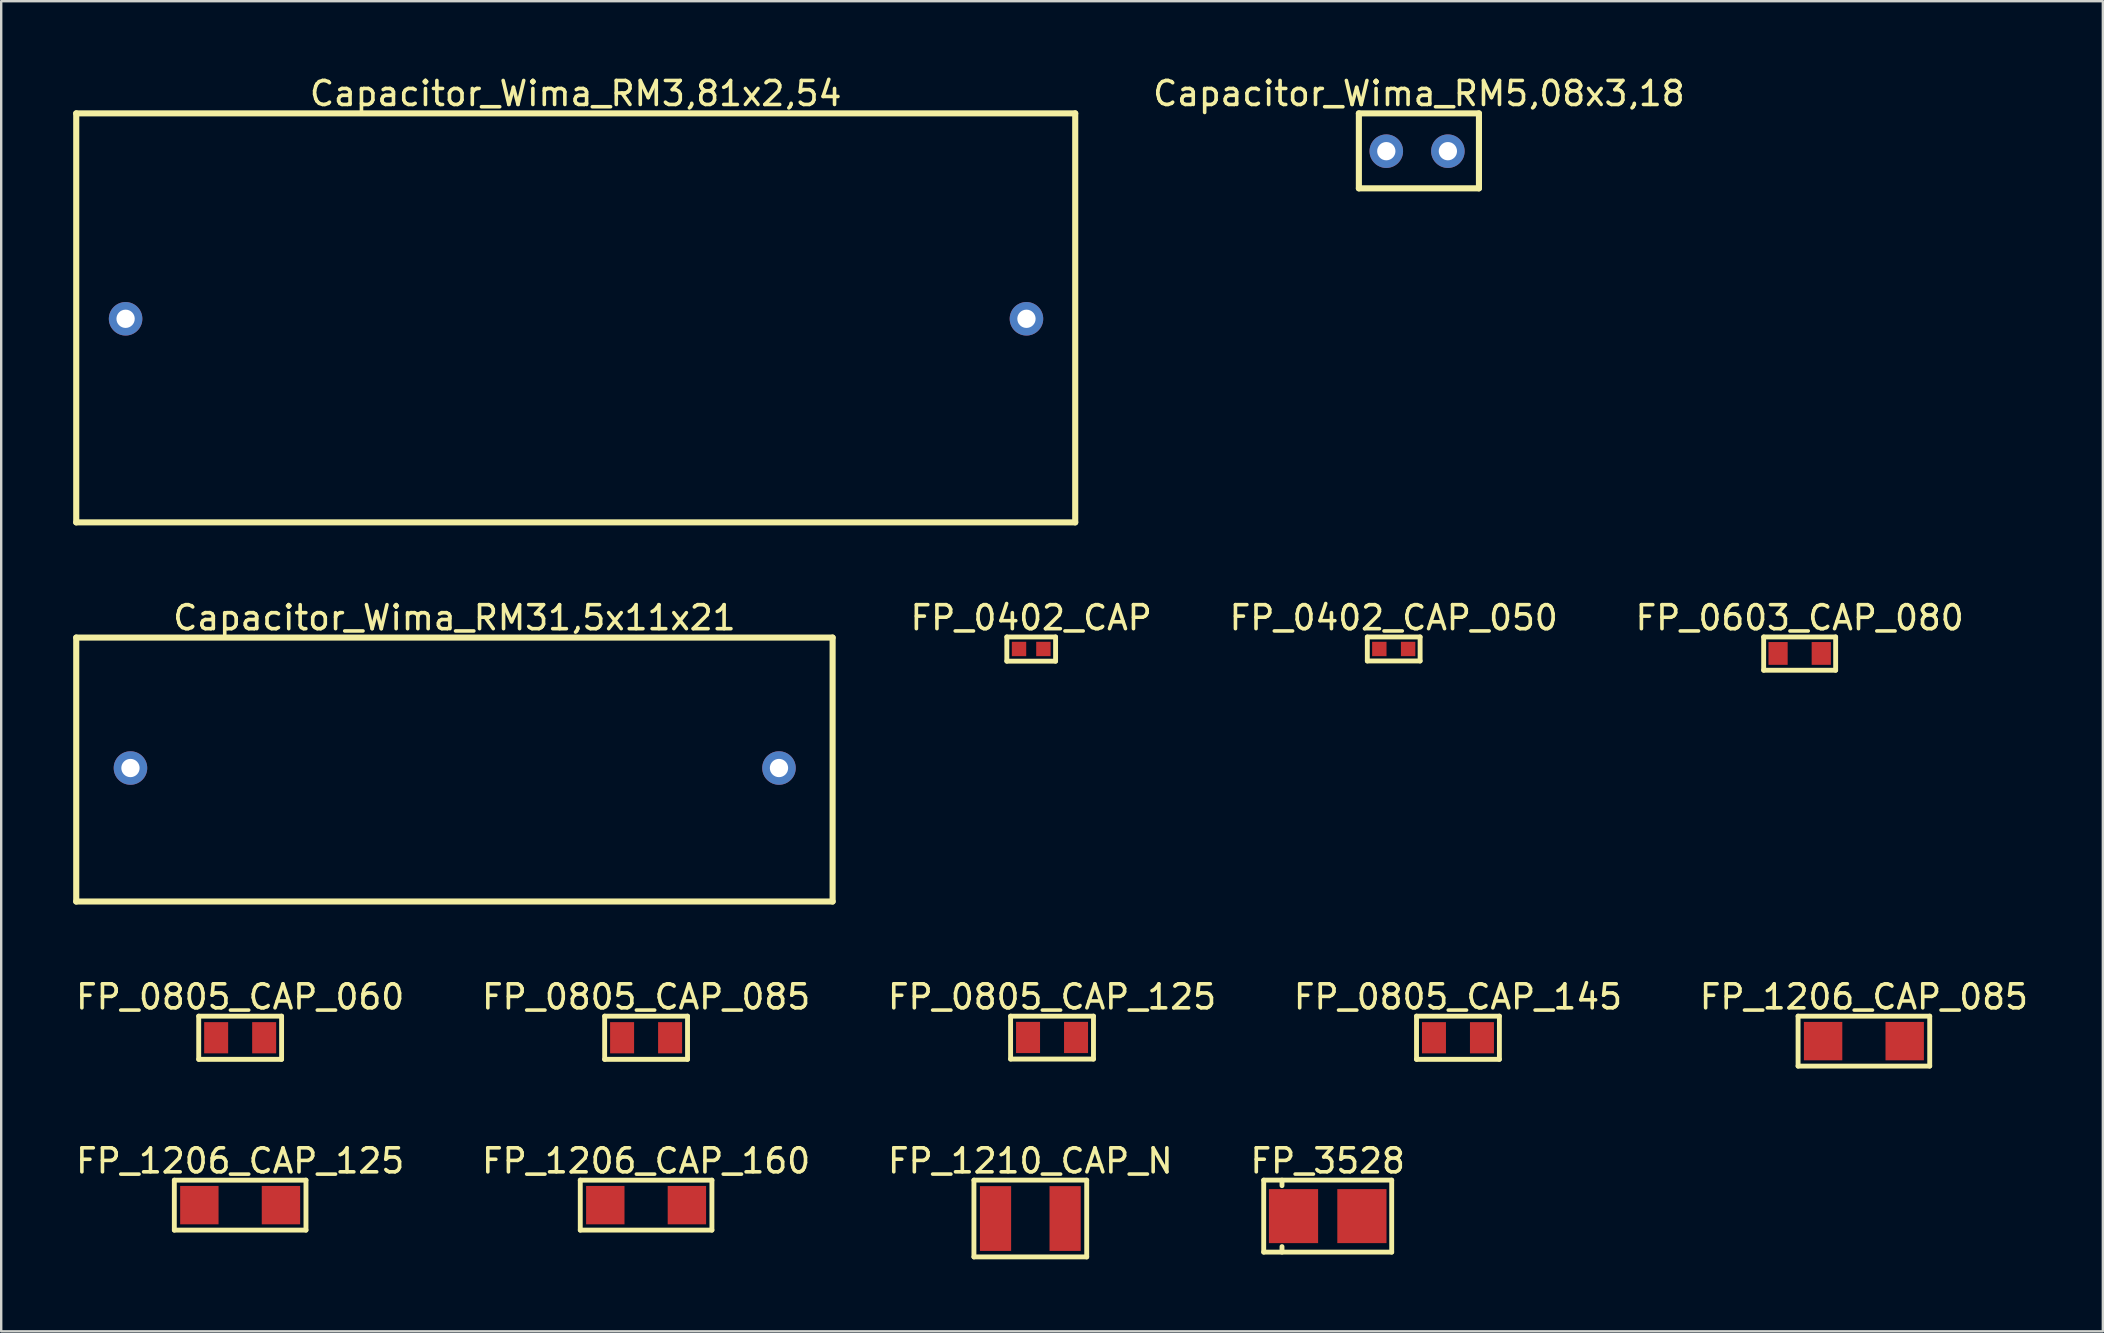
<source format=kicad_pcb>
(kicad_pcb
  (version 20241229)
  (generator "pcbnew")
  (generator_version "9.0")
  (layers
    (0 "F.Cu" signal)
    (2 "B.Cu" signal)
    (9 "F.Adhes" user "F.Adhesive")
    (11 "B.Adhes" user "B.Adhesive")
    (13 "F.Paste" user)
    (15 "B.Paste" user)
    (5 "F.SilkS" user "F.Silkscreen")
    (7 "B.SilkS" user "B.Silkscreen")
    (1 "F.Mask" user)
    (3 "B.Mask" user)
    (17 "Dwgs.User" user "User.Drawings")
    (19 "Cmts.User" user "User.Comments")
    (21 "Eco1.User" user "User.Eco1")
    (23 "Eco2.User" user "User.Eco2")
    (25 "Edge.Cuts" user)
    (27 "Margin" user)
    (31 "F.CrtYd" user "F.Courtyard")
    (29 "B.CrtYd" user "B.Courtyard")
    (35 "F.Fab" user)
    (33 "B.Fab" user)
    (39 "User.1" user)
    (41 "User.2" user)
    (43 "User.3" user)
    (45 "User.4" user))
  (footprint "FP_0805_CAP_145"
    (layer "F.Cu")
    (at 57.708 40.196)
    (property "Reference" "FP_0805_CAP_145" (at 0 -1.702 0) (layer "F.SilkS") (effects (font (size 1 1) (thickness 0.15))))
    (fp_line (start -1.727 -0.9) (end 1.727 -0.9) (stroke (width 0.203) (type solid)) (layer "F.SilkS"))
    (fp_line (start -1.727 0.9) (end -1.727 -0.9) (stroke (width 0.203) (type solid)) (layer "F.SilkS"))
    (fp_line (start -1.727 0.9) (end 1.727 0.9) (stroke (width 0.203) (type solid)) (layer "F.SilkS"))
    (fp_line (start 1.727 0.9) (end 1.727 -0.9) (stroke (width 0.203) (type solid)) (layer "F.SilkS"))
    (pad "1" smd rect (at -1 0) (size 1 1.3) (layers "F.Cu" "F.Mask" "F.Paste"))
    (pad "2" smd rect (at 1 0) (size 1 1.3) (layers "F.Cu" "F.Mask" "F.Paste")))
  (footprint "FP_0402_CAP_050"
    (layer "F.Cu")
    (at 55.031 23.995)
    (property "Reference" "FP_0402_CAP_050" (at 0 -1.302 0) (layer "F.SilkS") (effects (font (size 1 1) (thickness 0.15))))
    (fp_line (start -1.1 -0.5) (end 1.1 -0.5) (stroke (width 0.203) (type solid)) (layer "F.SilkS"))
    (fp_line (start -1.1 0.5) (end -1.1 -0.5) (stroke (width 0.203) (type solid)) (layer "F.SilkS"))
    (fp_line (start -1.1 0.5) (end 1.1 0.5) (stroke (width 0.203) (type solid)) (layer "F.SilkS"))
    (fp_line (start 1.1 0.5) (end 1.1 -0.5) (stroke (width 0.203) (type solid)) (layer "F.SilkS"))
    (pad "1" smd rect (at -0.6 0) (size 0.6 0.6) (layers "F.Cu" "F.Mask" "F.Paste"))
    (pad "2" smd rect (at 0.6 0) (size 0.6 0.6) (layers "F.Cu" "F.Mask" "F.Paste")))
  (footprint "Capacitor_Wima_RM31,5x11x21"
    (layer "F.Cu")
    (at 15.9 28.956)
    (property "Reference" "Capacitor_Wima_RM31,5x11x21" (at -0.013 -6.263 0) (layer "F.SilkS") (effects (font (size 1 1) (thickness 0.15))))
    (fp_line (start -15.773 -5.436) (end 15.748 -5.436) (stroke (width 0.254) (type solid)) (layer "F.SilkS"))
    (fp_line (start -15.773 5.563) (end -15.773 -5.436) (stroke (width 0.254) (type solid)) (layer "F.SilkS"))
    (fp_line (start -15.773 5.563) (end 15.748 5.563) (stroke (width 0.254) (type solid)) (layer "F.SilkS"))
    (fp_line (start 15.748 5.563) (end 15.748 -5.436) (stroke (width 0.254) (type solid)) (layer "F.SilkS"))
    (pad "1" thru_hole circle (at -13.513 0) (size 1.397 1.397) (drill 0.762) (layers "*.Cu" "*.Mask"))
    (pad "2" thru_hole circle (at 13.513 0) (size 1.397 1.397) (drill 0.762) (layers "*.Cu" "*.Mask")))
  (footprint "FP_1206_CAP_125"
    (layer "F.Cu")
    (at 6.958 47.172)
    (property "Reference" "FP_1206_CAP_125" (at 0 -1.843 0) (layer "F.SilkS") (effects (font (size 1 1) (thickness 0.15))))
    (fp_line (start -2.743 -1.041) (end 2.743 -1.041) (stroke (width 0.203) (type solid)) (layer "F.SilkS"))
    (fp_line (start -2.743 1.041) (end -2.743 -1.041) (stroke (width 0.203) (type solid)) (layer "F.SilkS"))
    (fp_line (start -2.743 1.041) (end 2.743 1.041) (stroke (width 0.203) (type solid)) (layer "F.SilkS"))
    (fp_line (start 2.743 1.041) (end 2.743 -1.041) (stroke (width 0.203) (type solid)) (layer "F.SilkS"))
    (pad "1" smd rect (at -1.7 0 90) (size 1.6 1.6) (layers "F.Cu" "F.Mask" "F.Paste"))
    (pad "2" smd rect (at 1.7 0 90) (size 1.6 1.6) (layers "F.Cu" "F.Mask" "F.Paste")))
  (footprint "FP_1206_CAP_160"
    (layer "F.Cu")
    (at 23.875 47.172)
    (property "Reference" "FP_1206_CAP_160" (at 0 -1.843 0) (layer "F.SilkS") (effects (font (size 1 1) (thickness 0.15))))
    (fp_line (start -2.743 -1.041) (end 2.743 -1.041) (stroke (width 0.203) (type solid)) (layer "F.SilkS"))
    (fp_line (start -2.743 1.041) (end -2.743 -1.041) (stroke (width 0.203) (type solid)) (layer "F.SilkS"))
    (fp_line (start -2.743 1.041) (end 2.743 1.041) (stroke (width 0.203) (type solid)) (layer "F.SilkS"))
    (fp_line (start 2.743 1.041) (end 2.743 -1.041) (stroke (width 0.203) (type solid)) (layer "F.SilkS"))
    (pad "1" smd rect (at -1.7 0 90) (size 1.6 1.6) (layers "F.Cu" "F.Mask" "F.Paste"))
    (pad "2" smd rect (at 1.7 0 90) (size 1.6 1.6) (layers "F.Cu" "F.Mask" "F.Paste")))
  (footprint "FP_0402_CAP"
    (layer "F.Cu")
    (at 39.924 23.995)
    (property "Reference" "FP_0402_CAP" (at 0 -1.302 0) (layer "F.SilkS") (effects (font (size 1 1) (thickness 0.15))))
    (fp_line (start -1.016 -0.5) (end 1.016 -0.5) (stroke (width 0.203) (type solid)) (layer "F.SilkS"))
    (fp_line (start -1.016 0.508) (end -1.016 -0.5) (stroke (width 0.203) (type solid)) (layer "F.SilkS"))
    (fp_line (start -1.016 0.508) (end 1.016 0.508) (stroke (width 0.203) (type solid)) (layer "F.SilkS"))
    (fp_line (start 1.016 0.508) (end 1.016 -0.5) (stroke (width 0.203) (type solid)) (layer "F.SilkS"))
    (pad "1" smd rect (at -0.508 0) (size 0.6 0.6) (layers "F.Cu" "F.Mask" "F.Paste"))
    (pad "2" smd rect (at 0.508 0) (size 0.6 0.6) (layers "F.Cu" "F.Mask" "F.Paste")))
  (footprint "FP_0805_CAP_085"
    (layer "F.Cu")
    (at 23.875 40.196)
    (property "Reference" "FP_0805_CAP_085" (at 0 -1.702 0) (layer "F.SilkS") (effects (font (size 1 1) (thickness 0.15))))
    (fp_line (start -1.727 -0.9) (end 1.727 -0.9) (stroke (width 0.203) (type solid)) (layer "F.SilkS"))
    (fp_line (start -1.727 0.9) (end -1.727 -0.9) (stroke (width 0.203) (type solid)) (layer "F.SilkS"))
    (fp_line (start -1.727 0.9) (end 1.727 0.9) (stroke (width 0.203) (type solid)) (layer "F.SilkS"))
    (fp_line (start 1.727 0.9) (end 1.727 -0.9) (stroke (width 0.203) (type solid)) (layer "F.SilkS"))
    (pad "1" smd rect (at -1 0) (size 1 1.3) (layers "F.Cu" "F.Mask" "F.Paste"))
    (pad "2" smd rect (at 1 0) (size 1 1.3) (layers "F.Cu" "F.Mask" "F.Paste")))
  (footprint "FP_0805_CAP_125"
    (layer "F.Cu")
    (at 40.792 40.185)
    (property "Reference" "FP_0805_CAP_125" (at 0 -1.691 0) (layer "F.SilkS") (effects (font (size 1 1) (thickness 0.15))))
    (fp_line (start -1.727 -0.889) (end 1.727 -0.889) (stroke (width 0.203) (type solid)) (layer "F.SilkS"))
    (fp_line (start -1.727 0.9) (end -1.727 -0.889) (stroke (width 0.203) (type solid)) (layer "F.SilkS"))
    (fp_line (start -1.727 0.9) (end 1.727 0.9) (stroke (width 0.203) (type solid)) (layer "F.SilkS"))
    (fp_line (start 1.727 0.9) (end 1.727 -0.889) (stroke (width 0.203) (type solid)) (layer "F.SilkS"))
    (pad "1" smd rect (at -1 0) (size 1 1.3) (layers "F.Cu" "F.Mask" "F.Paste"))
    (pad "2" smd rect (at 1 0) (size 1 1.3) (layers "F.Cu" "F.Mask" "F.Paste")))
  (footprint "FP_0603_CAP_080"
    (layer "F.Cu")
    (at 71.948 24.181)
    (property "Reference" "FP_0603_CAP_080" (at 0 -1.487 0) (layer "F.SilkS") (effects (font (size 1 1) (thickness 0.15))))
    (fp_line (start -1.5 -0.686) (end 1.5 -0.686) (stroke (width 0.203) (type solid)) (layer "F.SilkS"))
    (fp_line (start -1.5 0.7) (end -1.5 -0.686) (stroke (width 0.203) (type solid)) (layer "F.SilkS"))
    (fp_line (start -1.5 0.7) (end 1.5 0.7) (stroke (width 0.203) (type solid)) (layer "F.SilkS"))
    (fp_line (start 1.5 0.7) (end 1.5 -0.686) (stroke (width 0.203) (type solid)) (layer "F.SilkS"))
    (pad "1" smd rect (at -0.9 0) (size 0.8 0.95) (layers "F.Cu" "F.Mask" "F.Paste"))
    (pad "2" smd rect (at 0.9 0) (size 0.8 0.95) (layers "F.Cu" "F.Mask" "F.Paste")))
  (footprint "Capacitor_Wima_RM5,08x3,18"
    (layer "F.Cu")
    (at 56.005 3.25)
    (property "Reference" "Capacitor_Wima_RM5,08x3,18" (at 0.076 -2.402 0) (layer "F.SilkS") (effects (font (size 1 1) (thickness 0.15))))
    (fp_line (start -2.426 -1.575) (end 2.578 -1.575) (stroke (width 0.254) (type solid)) (layer "F.SilkS"))
    (fp_line (start -2.426 1.549) (end -2.426 -1.575) (stroke (width 0.254) (type solid)) (layer "F.SilkS"))
    (fp_line (start -2.426 1.549) (end 2.578 1.549) (stroke (width 0.254) (type solid)) (layer "F.SilkS"))
    (fp_line (start 2.578 1.549) (end 2.578 -1.575) (stroke (width 0.254) (type solid)) (layer "F.SilkS"))
    (pad "1" thru_hole circle (at -1.283 0) (size 1.397 1.397) (drill 0.762) (layers "*.Cu" "*.Mask"))
    (pad "2" thru_hole circle (at 1.283 0) (size 1.397 1.397) (drill 0.762) (layers "*.Cu" "*.Mask")))
  (footprint "FP_1206_CAP_085"
    (layer "F.Cu")
    (at 74.625 40.337)
    (property "Reference" "FP_1206_CAP_085" (at 0 -1.843 0) (layer "F.SilkS") (effects (font (size 1 1) (thickness 0.15))))
    (fp_line (start -2.743 -1.041) (end 2.743 -1.041) (stroke (width 0.203) (type solid)) (layer "F.SilkS"))
    (fp_line (start -2.743 1.041) (end -2.743 -1.041) (stroke (width 0.203) (type solid)) (layer "F.SilkS"))
    (fp_line (start -2.743 1.041) (end 2.743 1.041) (stroke (width 0.203) (type solid)) (layer "F.SilkS"))
    (fp_line (start 2.743 1.041) (end 2.743 -1.041) (stroke (width 0.203) (type solid)) (layer "F.SilkS"))
    (pad "1" smd rect (at -1.7 0 90) (size 1.6 1.6) (layers "F.Cu" "F.Mask" "F.Paste"))
    (pad "2" smd rect (at 1.7 0 90) (size 1.6 1.6) (layers "F.Cu" "F.Mask" "F.Paste")))
  (footprint "FP_0805_CAP_060"
    (layer "F.Cu")
    (at 6.958 40.196)
    (property "Reference" "FP_0805_CAP_060" (at 0 -1.702 0) (layer "F.SilkS") (effects (font (size 1 1) (thickness 0.15))))
    (fp_line (start -1.727 -0.9) (end 1.727 -0.9) (stroke (width 0.203) (type solid)) (layer "F.SilkS"))
    (fp_line (start -1.727 0.9) (end -1.727 -0.9) (stroke (width 0.203) (type solid)) (layer "F.SilkS"))
    (fp_line (start -1.727 0.9) (end 1.727 0.9) (stroke (width 0.203) (type solid)) (layer "F.SilkS"))
    (fp_line (start 1.727 0.9) (end 1.727 -0.9) (stroke (width 0.203) (type solid)) (layer "F.SilkS"))
    (pad "1" smd rect (at -1 0) (size 1 1.3) (layers "F.Cu" "F.Mask" "F.Paste"))
    (pad "2" smd rect (at 1 0) (size 1 1.3) (layers "F.Cu" "F.Mask" "F.Paste")))
  (footprint "FP_3528"
    (layer "F.Cu")
    (at 52.28 47.63)
    (property "Reference" "FP_3528" (at 0 -2.302 0) (layer "F.SilkS") (effects (font (size 1 1) (thickness 0.15))))
    (fp_line (start -2.667 -1.5) (end 2.667 -1.5) (stroke (width 0.203) (type solid)) (layer "F.SilkS"))
    (fp_line (start -2.667 1.5) (end -2.667 -1.5) (stroke (width 0.203) (type solid)) (layer "F.SilkS"))
    (fp_line (start -2.667 1.5) (end 2.667 1.5) (stroke (width 0.203) (type solid)) (layer "F.SilkS"))
    (fp_line (start -1.905 -1.27) (end -1.905 -1.5) (stroke (width 0.203) (type solid)) (layer "F.SilkS"))
    (fp_line (start -1.905 1.5) (end -1.905 1.27) (stroke (width 0.203) (type solid)) (layer "F.SilkS"))
    (fp_line (start 2.667 1.5) (end 2.667 -1.5) (stroke (width 0.203) (type solid)) (layer "F.SilkS"))
    (pad "N" smd rect (at 1.425 0 90) (size 2.25 2.05) (layers "F.Cu" "F.Mask" "F.Paste"))
    (pad "P" smd rect (at -1.425 0 90) (size 2.25 2.05) (layers "F.Cu" "F.Mask" "F.Paste")))
  (footprint "Capacitor_Wima_RM3,81x2,54"
    (layer "F.Cu")
    (at 20.955 10.235)
    (property "Reference" "Capacitor_Wima_RM3,81x2,54" (at -0.013 -9.387 0) (layer "F.SilkS") (effects (font (size 1 1) (thickness 0.15))))
    (fp_line (start -20.828 -8.56) (end 20.803 -8.56) (stroke (width 0.254) (type solid)) (layer "F.SilkS"))
    (fp_line (start -20.828 8.484) (end -20.828 -8.56) (stroke (width 0.254) (type solid)) (layer "F.SilkS"))
    (fp_line (start -20.828 8.484) (end 20.803 8.484) (stroke (width 0.254) (type solid)) (layer "F.SilkS"))
    (fp_line (start 20.803 8.484) (end 20.803 -8.56) (stroke (width 0.254) (type solid)) (layer "F.SilkS"))
    (pad "1" thru_hole circle (at -18.771 0) (size 1.397 1.397) (drill 0.762) (layers "*.Cu" "*.Mask"))
    (pad "2" thru_hole circle (at 18.771 0) (size 1.397 1.397) (drill 0.762) (layers "*.Cu" "*.Mask")))
  (footprint "FP_1210_CAP_N"
    (layer "F.Cu")
    (at 39.887 47.73)
    (property "Reference" "FP_1210_CAP_N" (at 0 -2.402 0) (layer "F.SilkS") (effects (font (size 1 1) (thickness 0.15))))
    (fp_line (start -2.35 -1.6) (end 2.35 -1.6) (stroke (width 0.203) (type solid)) (layer "F.SilkS"))
    (fp_line (start -2.35 1.6) (end -2.35 -1.6) (stroke (width 0.203) (type solid)) (layer "F.SilkS"))
    (fp_line (start -2.35 1.6) (end 2.35 1.6) (stroke (width 0.203) (type solid)) (layer "F.SilkS"))
    (fp_line (start 2.35 1.6) (end 2.35 -1.6) (stroke (width 0.203) (type solid)) (layer "F.SilkS"))
    (pad "1" smd rect (at -1.45 0 90) (size 2.7 1.3) (layers "F.Cu" "F.Mask" "F.Paste"))
    (pad "2" smd rect (at 1.45 0 90) (size 2.7 1.3) (layers "F.Cu" "F.Mask" "F.Paste")))
  (gr_rect
    (start -3 -3)
    (end 84.583 52.432)
    (stroke (width 0.1) (type default))
    (fill no)
    (layer "Edge.Cuts")))
</source>
